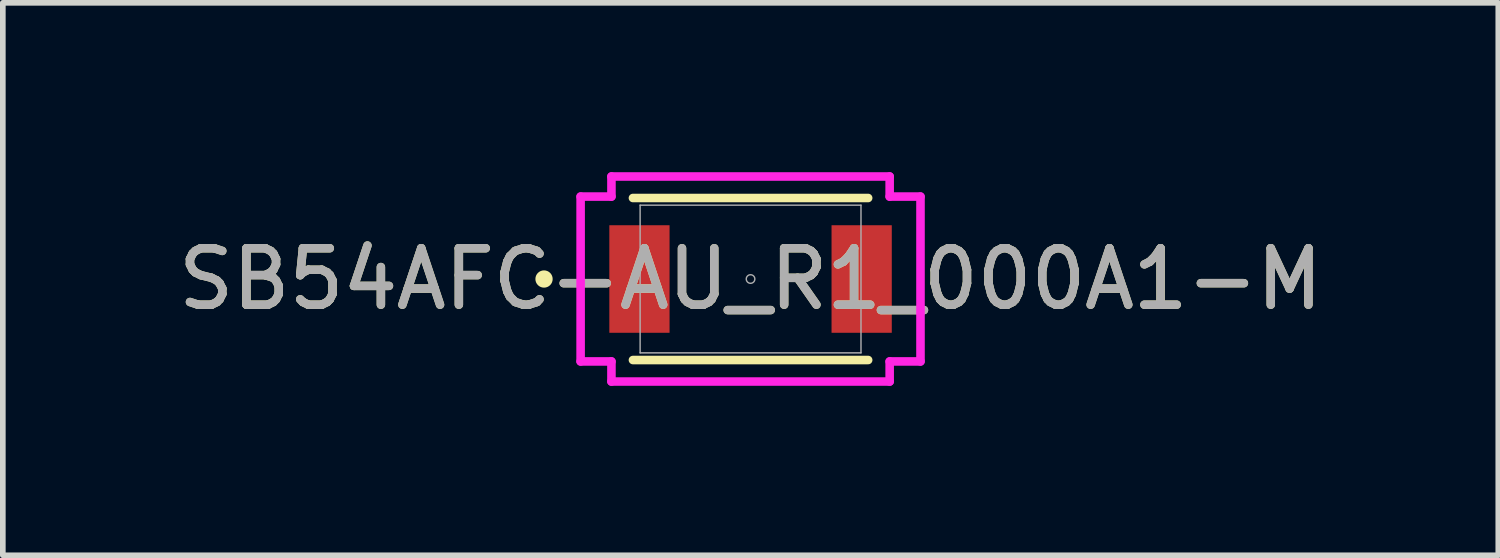
<source format=kicad_pcb>
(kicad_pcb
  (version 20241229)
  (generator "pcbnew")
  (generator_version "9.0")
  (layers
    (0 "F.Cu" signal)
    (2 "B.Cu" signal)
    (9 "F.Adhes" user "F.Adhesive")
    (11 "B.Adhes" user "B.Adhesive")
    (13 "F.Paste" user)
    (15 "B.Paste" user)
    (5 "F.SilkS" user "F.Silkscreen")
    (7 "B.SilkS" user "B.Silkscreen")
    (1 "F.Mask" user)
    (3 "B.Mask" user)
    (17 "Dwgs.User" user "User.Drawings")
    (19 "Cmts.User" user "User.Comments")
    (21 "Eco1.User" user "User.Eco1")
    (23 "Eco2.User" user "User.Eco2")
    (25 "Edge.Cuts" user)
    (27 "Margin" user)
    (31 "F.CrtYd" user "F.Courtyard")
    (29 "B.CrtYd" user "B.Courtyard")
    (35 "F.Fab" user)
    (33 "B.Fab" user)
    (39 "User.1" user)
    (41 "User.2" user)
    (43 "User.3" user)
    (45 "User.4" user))
  (footprint "SB54AFC-AU_R1_000A1-M"
    (layer "F.Cu")
    (at 10.244 1.892)
    (property "Reference" "SB54AFC-AU_R1_000A1-M" (at 0 0 0) (unlocked yes) (layer "F.SilkS") (effects (font (size 1 1) (thickness 0.15))))
    (attr smd)
    (fp_line (start -2.083 1.435) (end 2.083 1.435) (stroke (width 0.152) (type solid)) (layer "F.SilkS"))
    (fp_line (start 2.083 -1.435) (end -2.083 -1.435) (stroke (width 0.152) (type solid)) (layer "F.SilkS"))
    (fp_circle (center -3.658 0) (end -3.581 0) (stroke (width 0.152) (type solid)) (fill no) (layer "F.SilkS"))
    (fp_line (start -3.01 -1.46) (end -2.464 -1.46) (stroke (width 0.152) (type solid)) (layer "F.CrtYd"))
    (fp_line (start -3.01 1.46) (end -3.01 -1.46) (stroke (width 0.152) (type solid)) (layer "F.CrtYd"))
    (fp_line (start -3.01 1.46) (end -2.464 1.46) (stroke (width 0.152) (type solid)) (layer "F.CrtYd"))
    (fp_line (start -2.464 -1.816) (end 2.464 -1.816) (stroke (width 0.152) (type solid)) (layer "F.CrtYd"))
    (fp_line (start -2.464 -1.46) (end -2.464 -1.816) (stroke (width 0.152) (type solid)) (layer "F.CrtYd"))
    (fp_line (start -2.464 1.816) (end -2.464 1.46) (stroke (width 0.152) (type solid)) (layer "F.CrtYd"))
    (fp_line (start 2.464 -1.816) (end 2.464 -1.46) (stroke (width 0.152) (type solid)) (layer "F.CrtYd"))
    (fp_line (start 2.464 1.46) (end 2.464 1.816) (stroke (width 0.152) (type solid)) (layer "F.CrtYd"))
    (fp_line (start 2.464 1.816) (end -2.464 1.816) (stroke (width 0.152) (type solid)) (layer "F.CrtYd"))
    (fp_line (start 3.01 -1.46) (end 2.464 -1.46) (stroke (width 0.152) (type solid)) (layer "F.CrtYd"))
    (fp_line (start 3.01 -1.46) (end 3.01 1.46) (stroke (width 0.152) (type solid)) (layer "F.CrtYd"))
    (fp_line (start 3.01 1.46) (end 2.464 1.46) (stroke (width 0.152) (type solid)) (layer "F.CrtYd"))
    (fp_line (start -1.956 -1.308) (end -1.956 1.308) (stroke (width 0.025) (type solid)) (layer "F.Fab"))
    (fp_line (start -1.956 1.308) (end 1.956 1.308) (stroke (width 0.025) (type solid)) (layer "F.Fab"))
    (fp_line (start 1.956 -1.308) (end -1.956 -1.308) (stroke (width 0.025) (type solid)) (layer "F.Fab"))
    (fp_line (start 1.956 1.308) (end 1.956 -1.308) (stroke (width 0.025) (type solid)) (layer "F.Fab"))
    (fp_circle (center 0 0) (end 0.076 0) (stroke (width 0.025) (type solid)) (fill no) (layer "F.Fab"))
    (fp_text user "${REFERENCE}" (at 0 0 0) (unlocked yes) (layer "F.Fab") (effects (font (size 1 1) (thickness 0.15))))
    (pad "1" smd rect (at -1.968 0) (size 1.067 1.905) (layers "F.Cu" "F.Mask" "F.Paste"))
    (pad "2" smd rect (at 1.968 0) (size 1.067 1.905) (layers "F.Cu" "F.Mask" "F.Paste")))
  (gr_rect
    (start -3 -3)
    (end 23.488 6.785)
    (stroke (width 0.1) (type default))
    (fill no)
    (layer "Edge.Cuts")))
</source>
